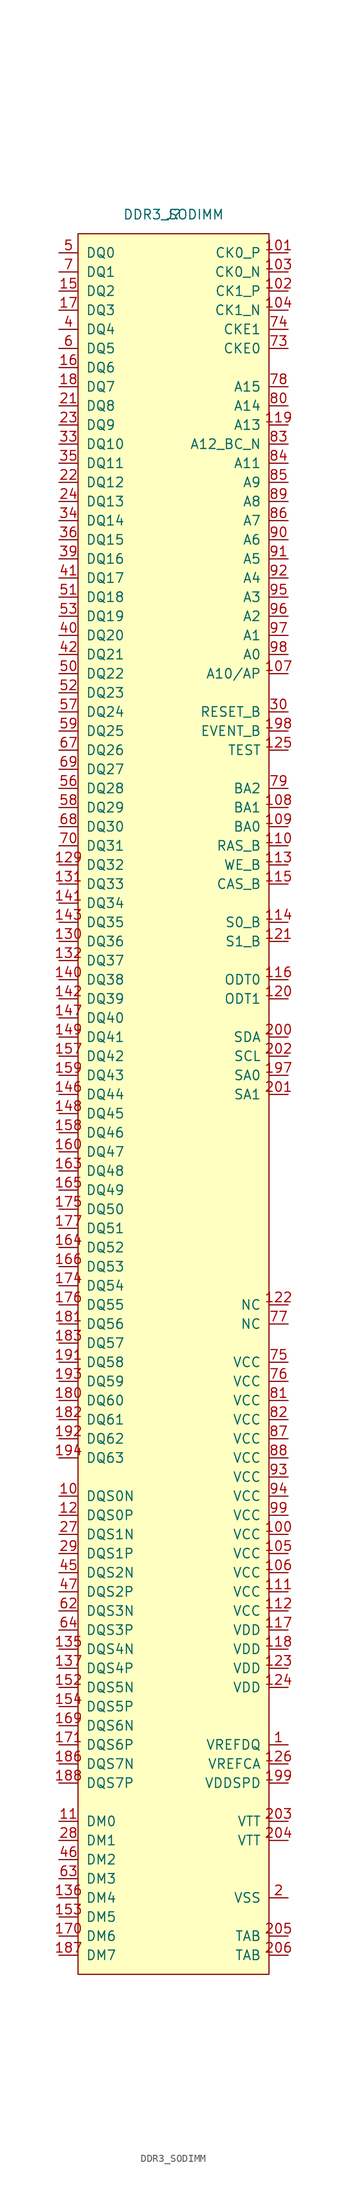
<source format=kicad_sym>
(kicad_symbol_lib
  (version 20211014)
  (generator kicad_symbol_editor)
  (symbol "DDR3_SODIMM"
    (pin_names
      (offset 1.016))
    (property "Reference" "J"
      (at 0 0 0)
      (effects (font (size 1.27 1.27))))
    (property "Value" "DDR3_SODIMM"
      (at 0 0 0)
      (effects (font (size 1.27 1.27))))
    (symbol "DDR3_SODIMM_0_1"
      (rectangle (start -12.7 -2.54) (end 12.7 -233.68) (stroke (width 0) (type default) (color 0 0 0 0)) (fill (type background))))
    (symbol "DDR3_SODIMM_1_1"
      (pin power_in line (at 15.24 -203.2 180) (length 2.54) (name "VREFDQ" (effects (font (size 1.27 1.27)))) (number "1" (effects (font (size 1.27 1.27)))))
      (pin bidirectional line (at -15.24 -170.18 0) (length 2.54) (name "DQS0N" (effects (font (size 1.27 1.27)))) (number "10" (effects (font (size 1.27 1.27)))))
      (pin power_in line (at 15.24 -175.26 180) (length 2.54) (name "VCC" (effects (font (size 1.27 1.27)))) (number "100" (effects (font (size 1.27 1.27)))))
      (pin input line (at 15.24 -5.08 180) (length 2.54) (name "CK0_P" (effects (font (size 1.27 1.27)))) (number "101" (effects (font (size 1.27 1.27)))))
      (pin input line (at 15.24 -10.16 180) (length 2.54) (name "CK1_P" (effects (font (size 1.27 1.27)))) (number "102" (effects (font (size 1.27 1.27)))))
      (pin input line (at 15.24 -7.62 180) (length 2.54) (name "CK0_N" (effects (font (size 1.27 1.27)))) (number "103" (effects (font (size 1.27 1.27)))))
      (pin input line (at 15.24 -12.7 180) (length 2.54) (name "CK1_N" (effects (font (size 1.27 1.27)))) (number "104" (effects (font (size 1.27 1.27)))))
      (pin power_in line (at 15.24 -177.8 180) (length 2.54) (name "VCC" (effects (font (size 1.27 1.27)))) (number "105" (effects (font (size 1.27 1.27)))))
      (pin power_in line (at 15.24 -180.34 180) (length 2.54) (name "VCC" (effects (font (size 1.27 1.27)))) (number "106" (effects (font (size 1.27 1.27)))))
      (pin input line (at 15.24 -60.96 180) (length 2.54) (name "A10/AP" (effects (font (size 1.27 1.27)))) (number "107" (effects (font (size 1.27 1.27)))))
      (pin input line (at 15.24 -78.74 180) (length 2.54) (name "BA1" (effects (font (size 1.27 1.27)))) (number "108" (effects (font (size 1.27 1.27)))))
      (pin input line (at 15.24 -81.28 180) (length 2.54) (name "BA0" (effects (font (size 1.27 1.27)))) (number "109" (effects (font (size 1.27 1.27)))))
      (pin input line (at -15.24 -213.36 0) (length 2.54) (name "DM0" (effects (font (size 1.27 1.27)))) (number "11" (effects (font (size 1.27 1.27)))))
      (pin input line (at 15.24 -83.82 180) (length 2.54) (name "RAS_B" (effects (font (size 1.27 1.27)))) (number "110" (effects (font (size 1.27 1.27)))))
      (pin power_in line (at 15.24 -182.88 180) (length 2.54) (name "VCC" (effects (font (size 1.27 1.27)))) (number "111" (effects (font (size 1.27 1.27)))))
      (pin power_in line (at 15.24 -185.42 180) (length 2.54) (name "VCC" (effects (font (size 1.27 1.27)))) (number "112" (effects (font (size 1.27 1.27)))))
      (pin input line (at 15.24 -86.36 180) (length 2.54) (name "WE_B" (effects (font (size 1.27 1.27)))) (number "113" (effects (font (size 1.27 1.27)))))
      (pin input line (at 15.24 -93.98 180) (length 2.54) (name "S0_B" (effects (font (size 1.27 1.27)))) (number "114" (effects (font (size 1.27 1.27)))))
      (pin input line (at 15.24 -88.9 180) (length 2.54) (name "CAS_B" (effects (font (size 1.27 1.27)))) (number "115" (effects (font (size 1.27 1.27)))))
      (pin input line (at 15.24 -101.6 180) (length 2.54) (name "ODT0" (effects (font (size 1.27 1.27)))) (number "116" (effects (font (size 1.27 1.27)))))
      (pin power_in line (at 15.24 -187.96 180) (length 2.54) (name "VDD" (effects (font (size 1.27 1.27)))) (number "117" (effects (font (size 1.27 1.27)))))
      (pin power_in line (at 15.24 -190.5 180) (length 2.54) (name "VDD" (effects (font (size 1.27 1.27)))) (number "118" (effects (font (size 1.27 1.27)))))
      (pin input line (at 15.24 -27.94 180) (length 2.54) (name "A13" (effects (font (size 1.27 1.27)))) (number "119" (effects (font (size 1.27 1.27)))))
      (pin bidirectional line (at -15.24 -172.72 0) (length 2.54) (name "DQS0P" (effects (font (size 1.27 1.27)))) (number "12" (effects (font (size 1.27 1.27)))))
      (pin input line (at 15.24 -104.14 180) (length 2.54) (name "ODT1" (effects (font (size 1.27 1.27)))) (number "120" (effects (font (size 1.27 1.27)))))
      (pin input line (at 15.24 -96.52 180) (length 2.54) (name "S1_B" (effects (font (size 1.27 1.27)))) (number "121" (effects (font (size 1.27 1.27)))))
      (pin passive line (at 15.24 -144.78 180) (length 2.54) (name "NC" (effects (font (size 1.27 1.27)))) (number "122" (effects (font (size 1.27 1.27)))))
      (pin power_in line (at 15.24 -193.04 180) (length 2.54) (name "VDD" (effects (font (size 1.27 1.27)))) (number "123" (effects (font (size 1.27 1.27)))))
      (pin power_in line (at 15.24 -195.58 180) (length 2.54) (name "VDD" (effects (font (size 1.27 1.27)))) (number "124" (effects (font (size 1.27 1.27)))))
      (pin input line (at 15.24 -71.12 180) (length 2.54) (name "TEST" (effects (font (size 1.27 1.27)))) (number "125" (effects (font (size 1.27 1.27)))))
      (pin power_in line (at 15.24 -205.74 180) (length 2.54) (name "VREFCA" (effects (font (size 1.27 1.27)))) (number "126" (effects (font (size 1.27 1.27)))))
      (pin power_in line (at 15.24 -223.52 180) (length 2.54) hide (name "VSS" (effects (font (size 1.27 1.27)))) (number "127" (effects (font (size 1.27 1.27)))))
      (pin power_in line (at 15.24 -223.52 180) (length 2.54) hide (name "VSS" (effects (font (size 1.27 1.27)))) (number "128" (effects (font (size 1.27 1.27)))))
      (pin bidirectional line (at -15.24 -86.36 0) (length 2.54) (name "DQ32" (effects (font (size 1.27 1.27)))) (number "129" (effects (font (size 1.27 1.27)))))
      (pin power_in line (at 15.24 -223.52 180) (length 2.54) hide (name "VSS" (effects (font (size 1.27 1.27)))) (number "13" (effects (font (size 1.27 1.27)))))
      (pin power_in line (at 15.24 -223.52 180) (length 2.54) hide (name "VSS" (effects (font (size 1.27 1.27)))) (number "13" (effects (font (size 1.27 1.27)))))
      (pin bidirectional line (at -15.24 -96.52 0) (length 2.54) (name "DQ36" (effects (font (size 1.27 1.27)))) (number "130" (effects (font (size 1.27 1.27)))))
      (pin bidirectional line (at -15.24 -88.9 0) (length 2.54) (name "DQ33" (effects (font (size 1.27 1.27)))) (number "131" (effects (font (size 1.27 1.27)))))
      (pin bidirectional line (at -15.24 -99.06 0) (length 2.54) (name "DQ37" (effects (font (size 1.27 1.27)))) (number "132" (effects (font (size 1.27 1.27)))))
      (pin power_in line (at 15.24 -223.52 180) (length 2.54) hide (name "VSS" (effects (font (size 1.27 1.27)))) (number "133" (effects (font (size 1.27 1.27)))))
      (pin power_in line (at 15.24 -223.52 180) (length 2.54) hide (name "VSS" (effects (font (size 1.27 1.27)))) (number "134" (effects (font (size 1.27 1.27)))))
      (pin bidirectional line (at -15.24 -190.5 0) (length 2.54) (name "DQS4N" (effects (font (size 1.27 1.27)))) (number "135" (effects (font (size 1.27 1.27)))))
      (pin input line (at -15.24 -223.52 0) (length 2.54) (name "DM4" (effects (font (size 1.27 1.27)))) (number "136" (effects (font (size 1.27 1.27)))))
      (pin bidirectional line (at -15.24 -193.04 0) (length 2.54) (name "DQS4P" (effects (font (size 1.27 1.27)))) (number "137" (effects (font (size 1.27 1.27)))))
      (pin power_in line (at 15.24 -223.52 180) (length 2.54) hide (name "VSS" (effects (font (size 1.27 1.27)))) (number "138" (effects (font (size 1.27 1.27)))))
      (pin power_in line (at 15.24 -223.52 180) (length 2.54) hide (name "VSS" (effects (font (size 1.27 1.27)))) (number "139" (effects (font (size 1.27 1.27)))))
      (pin power_in line (at 15.24 -223.52 180) (length 2.54) hide (name "VSS" (effects (font (size 1.27 1.27)))) (number "14" (effects (font (size 1.27 1.27)))))
      (pin bidirectional line (at -15.24 -101.6 0) (length 2.54) (name "DQ38" (effects (font (size 1.27 1.27)))) (number "140" (effects (font (size 1.27 1.27)))))
      (pin bidirectional line (at -15.24 -91.44 0) (length 2.54) (name "DQ34" (effects (font (size 1.27 1.27)))) (number "141" (effects (font (size 1.27 1.27)))))
      (pin bidirectional line (at -15.24 -104.14 0) (length 2.54) (name "DQ39" (effects (font (size 1.27 1.27)))) (number "142" (effects (font (size 1.27 1.27)))))
      (pin bidirectional line (at -15.24 -93.98 0) (length 2.54) (name "DQ35" (effects (font (size 1.27 1.27)))) (number "143" (effects (font (size 1.27 1.27)))))
      (pin power_in line (at 15.24 -223.52 180) (length 2.54) hide (name "VSS" (effects (font (size 1.27 1.27)))) (number "144" (effects (font (size 1.27 1.27)))))
      (pin power_in line (at 15.24 -223.52 180) (length 2.54) hide (name "VSS" (effects (font (size 1.27 1.27)))) (number "145" (effects (font (size 1.27 1.27)))))
      (pin bidirectional line (at -15.24 -116.84 0) (length 2.54) (name "DQ44" (effects (font (size 1.27 1.27)))) (number "146" (effects (font (size 1.27 1.27)))))
      (pin bidirectional line (at -15.24 -106.68 0) (length 2.54) (name "DQ40" (effects (font (size 1.27 1.27)))) (number "147" (effects (font (size 1.27 1.27)))))
      (pin bidirectional line (at -15.24 -119.38 0) (length 2.54) (name "DQ45" (effects (font (size 1.27 1.27)))) (number "148" (effects (font (size 1.27 1.27)))))
      (pin bidirectional line (at -15.24 -109.22 0) (length 2.54) (name "DQ41" (effects (font (size 1.27 1.27)))) (number "149" (effects (font (size 1.27 1.27)))))
      (pin bidirectional line (at -15.24 -10.16 0) (length 2.54) (name "DQ2" (effects (font (size 1.27 1.27)))) (number "15" (effects (font (size 1.27 1.27)))))
      (pin power_in line (at 15.24 -223.52 180) (length 2.54) hide (name "VSS" (effects (font (size 1.27 1.27)))) (number "150" (effects (font (size 1.27 1.27)))))
      (pin power_in line (at 15.24 -223.52 180) (length 2.54) hide (name "VSS" (effects (font (size 1.27 1.27)))) (number "151" (effects (font (size 1.27 1.27)))))
      (pin bidirectional line (at -15.24 -195.58 0) (length 2.54) (name "DQS5N" (effects (font (size 1.27 1.27)))) (number "152" (effects (font (size 1.27 1.27)))))
      (pin input line (at -15.24 -226.06 0) (length 2.54) (name "DM5" (effects (font (size 1.27 1.27)))) (number "153" (effects (font (size 1.27 1.27)))))
      (pin bidirectional line (at -15.24 -198.12 0) (length 2.54) (name "DQS5P" (effects (font (size 1.27 1.27)))) (number "154" (effects (font (size 1.27 1.27)))))
      (pin power_in line (at 15.24 -223.52 180) (length 2.54) hide (name "VSS" (effects (font (size 1.27 1.27)))) (number "155" (effects (font (size 1.27 1.27)))))
      (pin power_in line (at 15.24 -223.52 180) (length 2.54) hide (name "VSS" (effects (font (size 1.27 1.27)))) (number "156" (effects (font (size 1.27 1.27)))))
      (pin bidirectional line (at -15.24 -111.76 0) (length 2.54) (name "DQ42" (effects (font (size 1.27 1.27)))) (number "157" (effects (font (size 1.27 1.27)))))
      (pin bidirectional line (at -15.24 -121.92 0) (length 2.54) (name "DQ46" (effects (font (size 1.27 1.27)))) (number "158" (effects (font (size 1.27 1.27)))))
      (pin bidirectional line (at -15.24 -114.3 0) (length 2.54) (name "DQ43" (effects (font (size 1.27 1.27)))) (number "159" (effects (font (size 1.27 1.27)))))
      (pin bidirectional line (at -15.24 -20.32 0) (length 2.54) (name "DQ6" (effects (font (size 1.27 1.27)))) (number "16" (effects (font (size 1.27 1.27)))))
      (pin bidirectional line (at -15.24 -124.46 0) (length 2.54) (name "DQ47" (effects (font (size 1.27 1.27)))) (number "160" (effects (font (size 1.27 1.27)))))
      (pin power_in line (at 15.24 -223.52 180) (length 2.54) hide (name "VSS" (effects (font (size 1.27 1.27)))) (number "161" (effects (font (size 1.27 1.27)))))
      (pin power_in line (at 15.24 -223.52 180) (length 2.54) hide (name "VSS" (effects (font (size 1.27 1.27)))) (number "162" (effects (font (size 1.27 1.27)))))
      (pin bidirectional line (at -15.24 -127 0) (length 2.54) (name "DQ48" (effects (font (size 1.27 1.27)))) (number "163" (effects (font (size 1.27 1.27)))))
      (pin bidirectional line (at -15.24 -137.16 0) (length 2.54) (name "DQ52" (effects (font (size 1.27 1.27)))) (number "164" (effects (font (size 1.27 1.27)))))
      (pin bidirectional line (at -15.24 -129.54 0) (length 2.54) (name "DQ49" (effects (font (size 1.27 1.27)))) (number "165" (effects (font (size 1.27 1.27)))))
      (pin bidirectional line (at -15.24 -139.7 0) (length 2.54) (name "DQ53" (effects (font (size 1.27 1.27)))) (number "166" (effects (font (size 1.27 1.27)))))
      (pin power_in line (at 15.24 -223.52 180) (length 2.54) hide (name "VSS" (effects (font (size 1.27 1.27)))) (number "167" (effects (font (size 1.27 1.27)))))
      (pin power_in line (at 15.24 -223.52 180) (length 2.54) hide (name "VSS" (effects (font (size 1.27 1.27)))) (number "168" (effects (font (size 1.27 1.27)))))
      (pin bidirectional line (at -15.24 -200.66 0) (length 2.54) (name "DQS6N" (effects (font (size 1.27 1.27)))) (number "169" (effects (font (size 1.27 1.27)))))
      (pin bidirectional line (at -15.24 -12.7 0) (length 2.54) (name "DQ3" (effects (font (size 1.27 1.27)))) (number "17" (effects (font (size 1.27 1.27)))))
      (pin input line (at -15.24 -228.6 0) (length 2.54) (name "DM6" (effects (font (size 1.27 1.27)))) (number "170" (effects (font (size 1.27 1.27)))))
      (pin bidirectional line (at -15.24 -203.2 0) (length 2.54) (name "DQS6P" (effects (font (size 1.27 1.27)))) (number "171" (effects (font (size 1.27 1.27)))))
      (pin power_in line (at 15.24 -223.52 180) (length 2.54) hide (name "VSS" (effects (font (size 1.27 1.27)))) (number "172" (effects (font (size 1.27 1.27)))))
      (pin power_in line (at 15.24 -223.52 180) (length 2.54) hide (name "VSS" (effects (font (size 1.27 1.27)))) (number "173" (effects (font (size 1.27 1.27)))))
      (pin bidirectional line (at -15.24 -142.24 0) (length 2.54) (name "DQ54" (effects (font (size 1.27 1.27)))) (number "174" (effects (font (size 1.27 1.27)))))
      (pin bidirectional line (at -15.24 -132.08 0) (length 2.54) (name "DQ50" (effects (font (size 1.27 1.27)))) (number "175" (effects (font (size 1.27 1.27)))))
      (pin bidirectional line (at -15.24 -144.78 0) (length 2.54) (name "DQ55" (effects (font (size 1.27 1.27)))) (number "176" (effects (font (size 1.27 1.27)))))
      (pin bidirectional line (at -15.24 -134.62 0) (length 2.54) (name "DQ51" (effects (font (size 1.27 1.27)))) (number "177" (effects (font (size 1.27 1.27)))))
      (pin power_in line (at 15.24 -223.52 180) (length 2.54) hide (name "VSS" (effects (font (size 1.27 1.27)))) (number "178" (effects (font (size 1.27 1.27)))))
      (pin power_in line (at 15.24 -223.52 180) (length 2.54) hide (name "VSS" (effects (font (size 1.27 1.27)))) (number "179" (effects (font (size 1.27 1.27)))))
      (pin bidirectional line (at -15.24 -22.86 0) (length 2.54) (name "DQ7" (effects (font (size 1.27 1.27)))) (number "18" (effects (font (size 1.27 1.27)))))
      (pin bidirectional line (at -15.24 -157.48 0) (length 2.54) (name "DQ60" (effects (font (size 1.27 1.27)))) (number "180" (effects (font (size 1.27 1.27)))))
      (pin bidirectional line (at -15.24 -147.32 0) (length 2.54) (name "DQ56" (effects (font (size 1.27 1.27)))) (number "181" (effects (font (size 1.27 1.27)))))
      (pin bidirectional line (at -15.24 -160.02 0) (length 2.54) (name "DQ61" (effects (font (size 1.27 1.27)))) (number "182" (effects (font (size 1.27 1.27)))))
      (pin bidirectional line (at -15.24 -149.86 0) (length 2.54) (name "DQ57" (effects (font (size 1.27 1.27)))) (number "183" (effects (font (size 1.27 1.27)))))
      (pin power_in line (at 15.24 -223.52 180) (length 2.54) hide (name "VSS" (effects (font (size 1.27 1.27)))) (number "184" (effects (font (size 1.27 1.27)))))
      (pin power_in line (at 15.24 -223.52 180) (length 2.54) hide (name "VSS" (effects (font (size 1.27 1.27)))) (number "185" (effects (font (size 1.27 1.27)))))
      (pin power_in line (at 15.24 -223.52 180) (length 2.54) hide (name "VSS" (effects (font (size 1.27 1.27)))) (number "185" (effects (font (size 1.27 1.27)))))
      (pin bidirectional line (at -15.24 -205.74 0) (length 2.54) (name "DQS7N" (effects (font (size 1.27 1.27)))) (number "186" (effects (font (size 1.27 1.27)))))
      (pin input line (at -15.24 -231.14 0) (length 2.54) (name "DM7" (effects (font (size 1.27 1.27)))) (number "187" (effects (font (size 1.27 1.27)))))
      (pin bidirectional line (at -15.24 -208.28 0) (length 2.54) (name "DQS7P" (effects (font (size 1.27 1.27)))) (number "188" (effects (font (size 1.27 1.27)))))
      (pin power_in line (at 15.24 -223.52 180) (length 2.54) hide (name "VSS" (effects (font (size 1.27 1.27)))) (number "189" (effects (font (size 1.27 1.27)))))
      (pin power_in line (at 15.24 -223.52 180) (length 2.54) hide (name "VSS" (effects (font (size 1.27 1.27)))) (number "19" (effects (font (size 1.27 1.27)))))
      (pin power_in line (at 15.24 -223.52 180) (length 2.54) hide (name "VSS" (effects (font (size 1.27 1.27)))) (number "190" (effects (font (size 1.27 1.27)))))
      (pin bidirectional line (at -15.24 -152.4 0) (length 2.54) (name "DQ58" (effects (font (size 1.27 1.27)))) (number "191" (effects (font (size 1.27 1.27)))))
      (pin bidirectional line (at -15.24 -162.56 0) (length 2.54) (name "DQ62" (effects (font (size 1.27 1.27)))) (number "192" (effects (font (size 1.27 1.27)))))
      (pin bidirectional line (at -15.24 -154.94 0) (length 2.54) (name "DQ59" (effects (font (size 1.27 1.27)))) (number "193" (effects (font (size 1.27 1.27)))))
      (pin bidirectional line (at -15.24 -165.1 0) (length 2.54) (name "DQ63" (effects (font (size 1.27 1.27)))) (number "194" (effects (font (size 1.27 1.27)))))
      (pin power_in line (at 15.24 -223.52 180) (length 2.54) hide (name "VSS" (effects (font (size 1.27 1.27)))) (number "195" (effects (font (size 1.27 1.27)))))
      (pin power_in line (at 15.24 -223.52 180) (length 2.54) hide (name "VSS" (effects (font (size 1.27 1.27)))) (number "196" (effects (font (size 1.27 1.27)))))
      (pin bidirectional line (at 15.24 -114.3 180) (length 2.54) (name "SA0" (effects (font (size 1.27 1.27)))) (number "197" (effects (font (size 1.27 1.27)))))
      (pin input line (at 15.24 -68.58 180) (length 2.54) (name "EVENT_B" (effects (font (size 1.27 1.27)))) (number "198" (effects (font (size 1.27 1.27)))))
      (pin power_in line (at 15.24 -208.28 180) (length 2.54) (name "VDDSPD" (effects (font (size 1.27 1.27)))) (number "199" (effects (font (size 1.27 1.27)))))
      (pin power_in line (at 15.24 -223.52 180) (length 2.54) (name "VSS" (effects (font (size 1.27 1.27)))) (number "2" (effects (font (size 1.27 1.27)))))
      (pin power_in line (at 15.24 -223.52 180) (length 2.54) hide (name "VSS" (effects (font (size 1.27 1.27)))) (number "20" (effects (font (size 1.27 1.27)))))
      (pin bidirectional line (at 15.24 -109.22 180) (length 2.54) (name "SDA" (effects (font (size 1.27 1.27)))) (number "200" (effects (font (size 1.27 1.27)))))
      (pin bidirectional line (at 15.24 -116.84 180) (length 2.54) (name "SA1" (effects (font (size 1.27 1.27)))) (number "201" (effects (font (size 1.27 1.27)))))
      (pin bidirectional line (at 15.24 -111.76 180) (length 2.54) (name "SCL" (effects (font (size 1.27 1.27)))) (number "202" (effects (font (size 1.27 1.27)))))
      (pin power_in line (at 15.24 -213.36 180) (length 2.54) (name "VTT" (effects (font (size 1.27 1.27)))) (number "203" (effects (font (size 1.27 1.27)))))
      (pin power_in line (at 15.24 -215.9 180) (length 2.54) (name "VTT" (effects (font (size 1.27 1.27)))) (number "204" (effects (font (size 1.27 1.27)))))
      (pin passive line (at 15.24 -228.6 180) (length 2.54) (name "TAB" (effects (font (size 1.27 1.27)))) (number "205" (effects (font (size 1.27 1.27)))))
      (pin passive line (at 15.24 -231.14 180) (length 2.54) (name "TAB" (effects (font (size 1.27 1.27)))) (number "206" (effects (font (size 1.27 1.27)))))
      (pin bidirectional line (at -15.24 -25.4 0) (length 2.54) (name "DQ8" (effects (font (size 1.27 1.27)))) (number "21" (effects (font (size 1.27 1.27)))))
      (pin bidirectional line (at -15.24 -35.56 0) (length 2.54) (name "DQ12" (effects (font (size 1.27 1.27)))) (number "22" (effects (font (size 1.27 1.27)))))
      (pin bidirectional line (at -15.24 -27.94 0) (length 2.54) (name "DQ9" (effects (font (size 1.27 1.27)))) (number "23" (effects (font (size 1.27 1.27)))))
      (pin bidirectional line (at -15.24 -38.1 0) (length 2.54) (name "DQ13" (effects (font (size 1.27 1.27)))) (number "24" (effects (font (size 1.27 1.27)))))
      (pin power_in line (at 15.24 -223.52 180) (length 2.54) hide (name "VSS" (effects (font (size 1.27 1.27)))) (number "25" (effects (font (size 1.27 1.27)))))
      (pin power_in line (at 15.24 -223.52 180) (length 2.54) hide (name "VSS" (effects (font (size 1.27 1.27)))) (number "26" (effects (font (size 1.27 1.27)))))
      (pin bidirectional line (at -15.24 -175.26 0) (length 2.54) (name "DQS1N" (effects (font (size 1.27 1.27)))) (number "27" (effects (font (size 1.27 1.27)))))
      (pin input line (at -15.24 -215.9 0) (length 2.54) (name "DM1" (effects (font (size 1.27 1.27)))) (number "28" (effects (font (size 1.27 1.27)))))
      (pin bidirectional line (at -15.24 -177.8 0) (length 2.54) (name "DQS1P" (effects (font (size 1.27 1.27)))) (number "29" (effects (font (size 1.27 1.27)))))
      (pin power_in line (at 15.24 -223.52 180) (length 2.54) hide (name "VSS" (effects (font (size 1.27 1.27)))) (number "3" (effects (font (size 1.27 1.27)))))
      (pin input line (at 15.24 -66.04 180) (length 2.54) (name "RESET_B" (effects (font (size 1.27 1.27)))) (number "30" (effects (font (size 1.27 1.27)))))
      (pin power_in line (at 15.24 -223.52 180) (length 2.54) hide (name "VSS" (effects (font (size 1.27 1.27)))) (number "31" (effects (font (size 1.27 1.27)))))
      (pin power_in line (at 15.24 -223.52 180) (length 2.54) hide (name "VSS" (effects (font (size 1.27 1.27)))) (number "32" (effects (font (size 1.27 1.27)))))
      (pin bidirectional line (at -15.24 -30.48 0) (length 2.54) (name "DQ10" (effects (font (size 1.27 1.27)))) (number "33" (effects (font (size 1.27 1.27)))))
      (pin bidirectional line (at -15.24 -40.64 0) (length 2.54) (name "DQ14" (effects (font (size 1.27 1.27)))) (number "34" (effects (font (size 1.27 1.27)))))
      (pin bidirectional line (at -15.24 -33.02 0) (length 2.54) (name "DQ11" (effects (font (size 1.27 1.27)))) (number "35" (effects (font (size 1.27 1.27)))))
      (pin bidirectional line (at -15.24 -43.18 0) (length 2.54) (name "DQ15" (effects (font (size 1.27 1.27)))) (number "36" (effects (font (size 1.27 1.27)))))
      (pin power_in line (at 15.24 -223.52 180) (length 2.54) hide (name "VSS" (effects (font (size 1.27 1.27)))) (number "37" (effects (font (size 1.27 1.27)))))
      (pin power_in line (at 15.24 -223.52 180) (length 2.54) hide (name "VSS" (effects (font (size 1.27 1.27)))) (number "38" (effects (font (size 1.27 1.27)))))
      (pin bidirectional line (at -15.24 -45.72 0) (length 2.54) (name "DQ16" (effects (font (size 1.27 1.27)))) (number "39" (effects (font (size 1.27 1.27)))))
      (pin bidirectional line (at -15.24 -15.24 0) (length 2.54) (name "DQ4" (effects (font (size 1.27 1.27)))) (number "4" (effects (font (size 1.27 1.27)))))
      (pin bidirectional line (at -15.24 -55.88 0) (length 2.54) (name "DQ20" (effects (font (size 1.27 1.27)))) (number "40" (effects (font (size 1.27 1.27)))))
      (pin bidirectional line (at -15.24 -48.26 0) (length 2.54) (name "DQ17" (effects (font (size 1.27 1.27)))) (number "41" (effects (font (size 1.27 1.27)))))
      (pin bidirectional line (at -15.24 -58.42 0) (length 2.54) (name "DQ21" (effects (font (size 1.27 1.27)))) (number "42" (effects (font (size 1.27 1.27)))))
      (pin power_in line (at 15.24 -223.52 180) (length 2.54) hide (name "VSS" (effects (font (size 1.27 1.27)))) (number "43" (effects (font (size 1.27 1.27)))))
      (pin power_in line (at 15.24 -223.52 180) (length 2.54) hide (name "VSS" (effects (font (size 1.27 1.27)))) (number "43" (effects (font (size 1.27 1.27)))))
      (pin power_in line (at 15.24 -223.52 180) (length 2.54) hide (name "VSS" (effects (font (size 1.27 1.27)))) (number "44" (effects (font (size 1.27 1.27)))))
      (pin bidirectional line (at -15.24 -180.34 0) (length 2.54) (name "DQS2N" (effects (font (size 1.27 1.27)))) (number "45" (effects (font (size 1.27 1.27)))))
      (pin input line (at -15.24 -218.44 0) (length 2.54) (name "DM2" (effects (font (size 1.27 1.27)))) (number "46" (effects (font (size 1.27 1.27)))))
      (pin bidirectional line (at -15.24 -182.88 0) (length 2.54) (name "DQS2P" (effects (font (size 1.27 1.27)))) (number "47" (effects (font (size 1.27 1.27)))))
      (pin power_in line (at 15.24 -223.52 180) (length 2.54) hide (name "VSS" (effects (font (size 1.27 1.27)))) (number "48" (effects (font (size 1.27 1.27)))))
      (pin power_in line (at 15.24 -223.52 180) (length 2.54) hide (name "VSS" (effects (font (size 1.27 1.27)))) (number "49" (effects (font (size 1.27 1.27)))))
      (pin bidirectional line (at -15.24 -5.08 0) (length 2.54) (name "DQ0" (effects (font (size 1.27 1.27)))) (number "5" (effects (font (size 1.27 1.27)))))
      (pin bidirectional line (at -15.24 -60.96 0) (length 2.54) (name "DQ22" (effects (font (size 1.27 1.27)))) (number "50" (effects (font (size 1.27 1.27)))))
      (pin bidirectional line (at -15.24 -50.8 0) (length 2.54) (name "DQ18" (effects (font (size 1.27 1.27)))) (number "51" (effects (font (size 1.27 1.27)))))
      (pin bidirectional line (at -15.24 -63.5 0) (length 2.54) (name "DQ23" (effects (font (size 1.27 1.27)))) (number "52" (effects (font (size 1.27 1.27)))))
      (pin bidirectional line (at -15.24 -53.34 0) (length 2.54) (name "DQ19" (effects (font (size 1.27 1.27)))) (number "53" (effects (font (size 1.27 1.27)))))
      (pin power_in line (at 15.24 -223.52 180) (length 2.54) hide (name "VSS" (effects (font (size 1.27 1.27)))) (number "54" (effects (font (size 1.27 1.27)))))
      (pin power_in line (at 15.24 -223.52 180) (length 2.54) hide (name "VSS" (effects (font (size 1.27 1.27)))) (number "55" (effects (font (size 1.27 1.27)))))
      (pin bidirectional line (at -15.24 -76.2 0) (length 2.54) (name "DQ28" (effects (font (size 1.27 1.27)))) (number "56" (effects (font (size 1.27 1.27)))))
      (pin bidirectional line (at -15.24 -66.04 0) (length 2.54) (name "DQ24" (effects (font (size 1.27 1.27)))) (number "57" (effects (font (size 1.27 1.27)))))
      (pin bidirectional line (at -15.24 -78.74 0) (length 2.54) (name "DQ29" (effects (font (size 1.27 1.27)))) (number "58" (effects (font (size 1.27 1.27)))))
      (pin bidirectional line (at -15.24 -68.58 0) (length 2.54) (name "DQ25" (effects (font (size 1.27 1.27)))) (number "59" (effects (font (size 1.27 1.27)))))
      (pin bidirectional line (at -15.24 -17.78 0) (length 2.54) (name "DQ5" (effects (font (size 1.27 1.27)))) (number "6" (effects (font (size 1.27 1.27)))))
      (pin power_in line (at 15.24 -223.52 180) (length 2.54) hide (name "VSS" (effects (font (size 1.27 1.27)))) (number "60" (effects (font (size 1.27 1.27)))))
      (pin power_in line (at 15.24 -223.52 180) (length 2.54) hide (name "VSS" (effects (font (size 1.27 1.27)))) (number "61" (effects (font (size 1.27 1.27)))))
      (pin bidirectional line (at -15.24 -185.42 0) (length 2.54) (name "DQS3N" (effects (font (size 1.27 1.27)))) (number "62" (effects (font (size 1.27 1.27)))))
      (pin input line (at -15.24 -220.98 0) (length 2.54) (name "DM3" (effects (font (size 1.27 1.27)))) (number "63" (effects (font (size 1.27 1.27)))))
      (pin bidirectional line (at -15.24 -187.96 0) (length 2.54) (name "DQS3P" (effects (font (size 1.27 1.27)))) (number "64" (effects (font (size 1.27 1.27)))))
      (pin power_in line (at 15.24 -223.52 180) (length 2.54) hide (name "VSS" (effects (font (size 1.27 1.27)))) (number "65" (effects (font (size 1.27 1.27)))))
      (pin power_in line (at 15.24 -223.52 180) (length 2.54) hide (name "VSS" (effects (font (size 1.27 1.27)))) (number "66" (effects (font (size 1.27 1.27)))))
      (pin bidirectional line (at -15.24 -71.12 0) (length 2.54) (name "DQ26" (effects (font (size 1.27 1.27)))) (number "67" (effects (font (size 1.27 1.27)))))
      (pin bidirectional line (at -15.24 -81.28 0) (length 2.54) (name "DQ30" (effects (font (size 1.27 1.27)))) (number "68" (effects (font (size 1.27 1.27)))))
      (pin bidirectional line (at -15.24 -73.66 0) (length 2.54) (name "DQ27" (effects (font (size 1.27 1.27)))) (number "69" (effects (font (size 1.27 1.27)))))
      (pin bidirectional line (at -15.24 -7.62 0) (length 2.54) (name "DQ1" (effects (font (size 1.27 1.27)))) (number "7" (effects (font (size 1.27 1.27)))))
      (pin bidirectional line (at -15.24 -83.82 0) (length 2.54) (name "DQ31" (effects (font (size 1.27 1.27)))) (number "70" (effects (font (size 1.27 1.27)))))
      (pin power_in line (at 15.24 -223.52 180) (length 2.54) hide (name "VSS" (effects (font (size 1.27 1.27)))) (number "71" (effects (font (size 1.27 1.27)))))
      (pin power_in line (at 15.24 -223.52 180) (length 2.54) hide (name "VSS" (effects (font (size 1.27 1.27)))) (number "72" (effects (font (size 1.27 1.27)))))
      (pin input line (at 15.24 -17.78 180) (length 2.54) (name "CKE0" (effects (font (size 1.27 1.27)))) (number "73" (effects (font (size 1.27 1.27)))))
      (pin input line (at 15.24 -15.24 180) (length 2.54) (name "CKE1" (effects (font (size 1.27 1.27)))) (number "74" (effects (font (size 1.27 1.27)))))
      (pin power_in line (at 15.24 -152.4 180) (length 2.54) (name "VCC" (effects (font (size 1.27 1.27)))) (number "75" (effects (font (size 1.27 1.27)))))
      (pin power_in line (at 15.24 -154.94 180) (length 2.54) (name "VCC" (effects (font (size 1.27 1.27)))) (number "76" (effects (font (size 1.27 1.27)))))
      (pin passive line (at 15.24 -147.32 180) (length 2.54) (name "NC" (effects (font (size 1.27 1.27)))) (number "77" (effects (font (size 1.27 1.27)))))
      (pin input line (at 15.24 -22.86 180) (length 2.54) (name "A15" (effects (font (size 1.27 1.27)))) (number "78" (effects (font (size 1.27 1.27)))))
      (pin input line (at 15.24 -76.2 180) (length 2.54) (name "BA2" (effects (font (size 1.27 1.27)))) (number "79" (effects (font (size 1.27 1.27)))))
      (pin power_in line (at 15.24 -223.52 180) (length 2.54) hide (name "VSS" (effects (font (size 1.27 1.27)))) (number "8" (effects (font (size 1.27 1.27)))))
      (pin input line (at 15.24 -25.4 180) (length 2.54) (name "A14" (effects (font (size 1.27 1.27)))) (number "80" (effects (font (size 1.27 1.27)))))
      (pin power_in line (at 15.24 -157.48 180) (length 2.54) (name "VCC" (effects (font (size 1.27 1.27)))) (number "81" (effects (font (size 1.27 1.27)))))
      (pin power_in line (at 15.24 -160.02 180) (length 2.54) (name "VCC" (effects (font (size 1.27 1.27)))) (number "82" (effects (font (size 1.27 1.27)))))
      (pin input line (at 15.24 -30.48 180) (length 2.54) (name "A12_BC_N" (effects (font (size 1.27 1.27)))) (number "83" (effects (font (size 1.27 1.27)))))
      (pin input line (at 15.24 -33.02 180) (length 2.54) (name "A11" (effects (font (size 1.27 1.27)))) (number "84" (effects (font (size 1.27 1.27)))))
      (pin input line (at 15.24 -35.56 180) (length 2.54) (name "A9" (effects (font (size 1.27 1.27)))) (number "85" (effects (font (size 1.27 1.27)))))
      (pin input line (at 15.24 -40.64 180) (length 2.54) (name "A7" (effects (font (size 1.27 1.27)))) (number "86" (effects (font (size 1.27 1.27)))))
      (pin power_in line (at 15.24 -162.56 180) (length 2.54) (name "VCC" (effects (font (size 1.27 1.27)))) (number "87" (effects (font (size 1.27 1.27)))))
      (pin power_in line (at 15.24 -165.1 180) (length 2.54) (name "VCC" (effects (font (size 1.27 1.27)))) (number "88" (effects (font (size 1.27 1.27)))))
      (pin input line (at 15.24 -38.1 180) (length 2.54) (name "A8" (effects (font (size 1.27 1.27)))) (number "89" (effects (font (size 1.27 1.27)))))
      (pin power_in line (at 15.24 -223.52 180) (length 2.54) hide (name "VSS" (effects (font (size 1.27 1.27)))) (number "9" (effects (font (size 1.27 1.27)))))
      (pin input line (at 15.24 -43.18 180) (length 2.54) (name "A6" (effects (font (size 1.27 1.27)))) (number "90" (effects (font (size 1.27 1.27)))))
      (pin input line (at 15.24 -45.72 180) (length 2.54) (name "A5" (effects (font (size 1.27 1.27)))) (number "91" (effects (font (size 1.27 1.27)))))
      (pin input line (at 15.24 -48.26 180) (length 2.54) (name "A4" (effects (font (size 1.27 1.27)))) (number "92" (effects (font (size 1.27 1.27)))))
      (pin power_in line (at 15.24 -167.64 180) (length 2.54) (name "VCC" (effects (font (size 1.27 1.27)))) (number "93" (effects (font (size 1.27 1.27)))))
      (pin power_in line (at 15.24 -170.18 180) (length 2.54) (name "VCC" (effects (font (size 1.27 1.27)))) (number "94" (effects (font (size 1.27 1.27)))))
      (pin input line (at 15.24 -50.8 180) (length 2.54) (name "A3" (effects (font (size 1.27 1.27)))) (number "95" (effects (font (size 1.27 1.27)))))
      (pin input line (at 15.24 -53.34 180) (length 2.54) (name "A2" (effects (font (size 1.27 1.27)))) (number "96" (effects (font (size 1.27 1.27)))))
      (pin input line (at 15.24 -55.88 180) (length 2.54) (name "A1" (effects (font (size 1.27 1.27)))) (number "97" (effects (font (size 1.27 1.27)))))
      (pin input line (at 15.24 -58.42 180) (length 2.54) (name "A0" (effects (font (size 1.27 1.27)))) (number "98" (effects (font (size 1.27 1.27)))))
      (pin power_in line (at 15.24 -172.72 180) (length 2.54) (name "VCC" (effects (font (size 1.27 1.27)))) (number "99" (effects (font (size 1.27 1.27))))))))
</source>
